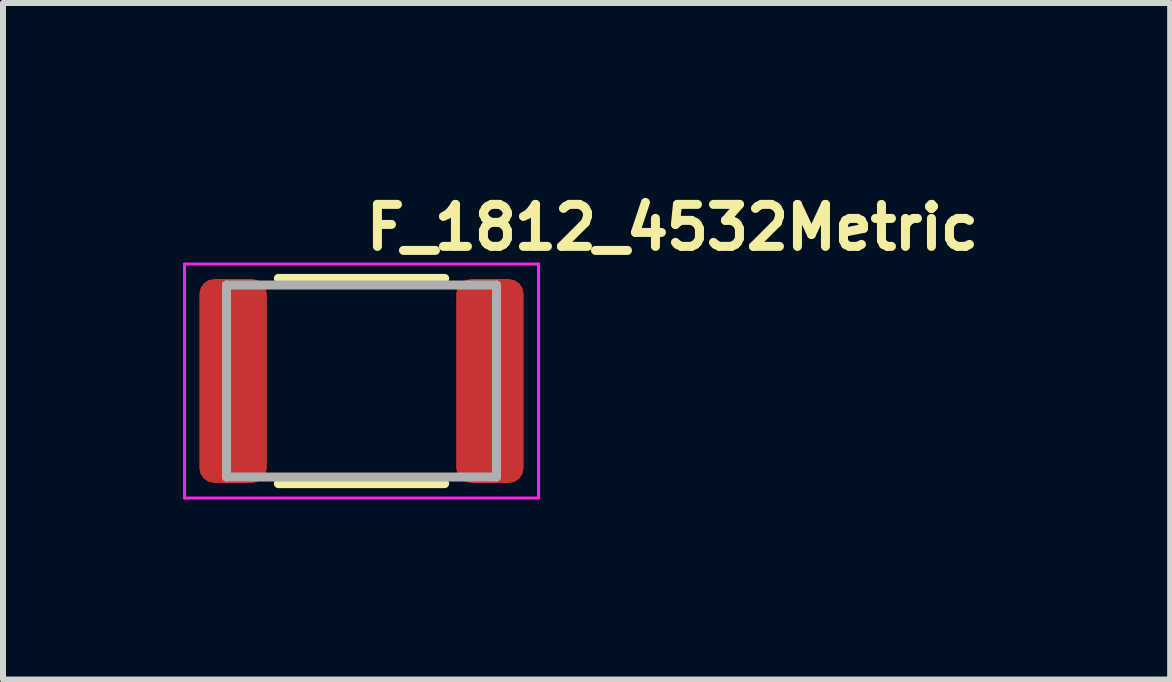
<source format=kicad_pcb>
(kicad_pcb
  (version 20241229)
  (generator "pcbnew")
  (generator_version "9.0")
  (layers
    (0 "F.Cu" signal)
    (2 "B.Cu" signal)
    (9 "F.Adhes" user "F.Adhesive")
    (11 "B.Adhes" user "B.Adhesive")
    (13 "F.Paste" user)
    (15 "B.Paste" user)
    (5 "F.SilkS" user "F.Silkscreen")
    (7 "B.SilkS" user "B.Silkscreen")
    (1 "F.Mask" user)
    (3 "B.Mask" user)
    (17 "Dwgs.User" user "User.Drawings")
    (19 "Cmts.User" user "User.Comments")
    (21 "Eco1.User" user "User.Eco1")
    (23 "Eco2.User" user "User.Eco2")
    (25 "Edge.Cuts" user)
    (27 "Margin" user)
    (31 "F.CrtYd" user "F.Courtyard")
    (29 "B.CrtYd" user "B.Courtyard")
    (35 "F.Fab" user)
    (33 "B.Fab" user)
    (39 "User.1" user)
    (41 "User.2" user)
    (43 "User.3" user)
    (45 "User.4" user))
  (footprint "F_1812_4532Metric"
    (layer "F.Cu")
    (at 2.975 3.3)
    (property "Reference" "F_1812_4532Metric" (at 0 -2.15 0) (layer "F.SilkS") (effects (font (size 0.7 0.7) (thickness 0.15)) (justify left bottom)))
    (attr smd)
    (fp_line (start -1.386 -1.71) (end 1.386 -1.71) (stroke (width 0.15) (type solid)) (layer "F.SilkS"))
    (fp_line (start -1.386 1.71) (end 1.386 1.71) (stroke (width 0.15) (type solid)) (layer "F.SilkS"))
    (fp_line (start -2.95 -1.95) (end 2.95 -1.95) (stroke (width 0.05) (type solid)) (layer "F.CrtYd"))
    (fp_line (start -2.95 1.95) (end -2.95 -1.95) (stroke (width 0.05) (type solid)) (layer "F.CrtYd"))
    (fp_line (start 2.95 -1.95) (end 2.95 1.95) (stroke (width 0.05) (type solid)) (layer "F.CrtYd"))
    (fp_line (start 2.95 1.95) (end -2.95 1.95) (stroke (width 0.05) (type solid)) (layer "F.CrtYd"))
    (fp_line (start -2.25 -1.6) (end 2.25 -1.6) (stroke (width 0.15) (type solid)) (layer "F.Fab"))
    (fp_line (start -2.25 1.6) (end -2.25 -1.6) (stroke (width 0.15) (type solid)) (layer "F.Fab"))
    (fp_line (start 2.25 -1.6) (end 2.25 1.6) (stroke (width 0.15) (type solid)) (layer "F.Fab"))
    (fp_line (start 2.25 1.6) (end -2.25 1.6) (stroke (width 0.15) (type solid)) (layer "F.Fab"))
    (fp_rect (start -2.275 -1.62) (end 2.275 1.62) (stroke (width 0.1) (type solid)) (fill no) (layer "User.5"))
    (fp_line (start -2.275 -1.62) (end -2.275 -0.4) (stroke (width 0.02) (type solid)) (layer "User.9"))
    (fp_line (start -2.275 0.4) (end -2.275 1.62) (stroke (width 0.02) (type solid)) (layer "User.9"))
    (fp_line (start -2.275 0.4) (end -2.248 0.399) (stroke (width 0.02) (type solid)) (layer "User.9"))
    (fp_line (start -2.275 1.62) (end -1.525 1.62) (stroke (width 0.02) (type solid)) (layer "User.9"))
    (fp_line (start -2.262 -0.4) (end -2.275 -0.4) (stroke (width 0.02) (type solid)) (layer "User.9"))
    (fp_line (start -2.248 -0.399) (end -2.262 -0.4) (stroke (width 0.02) (type solid)) (layer "User.9"))
    (fp_line (start -2.248 0.399) (end -2.222 0.396) (stroke (width 0.02) (type solid)) (layer "User.9"))
    (fp_line (start -2.235 -0.398) (end -2.248 -0.399) (stroke (width 0.02) (type solid)) (layer "User.9"))
    (fp_line (start -2.222 -0.396) (end -2.235 -0.398) (stroke (width 0.02) (type solid)) (layer "User.9"))
    (fp_line (start -2.222 0.396) (end -2.196 0.392) (stroke (width 0.02) (type solid)) (layer "User.9"))
    (fp_line (start -2.209 -0.395) (end -2.222 -0.396) (stroke (width 0.02) (type solid)) (layer "User.9"))
    (fp_line (start -2.196 -0.392) (end -2.209 -0.395) (stroke (width 0.02) (type solid)) (layer "User.9"))
    (fp_line (start -2.196 0.392) (end -2.171 0.386) (stroke (width 0.02) (type solid)) (layer "User.9"))
    (fp_line (start -2.183 -0.389) (end -2.196 -0.392) (stroke (width 0.02) (type solid)) (layer "User.9"))
    (fp_line (start -2.171 -0.386) (end -2.183 -0.389) (stroke (width 0.02) (type solid)) (layer "User.9"))
    (fp_line (start -2.171 0.386) (end -2.146 0.379) (stroke (width 0.02) (type solid)) (layer "User.9"))
    (fp_line (start -2.158 -0.383) (end -2.171 -0.386) (stroke (width 0.02) (type solid)) (layer "User.9"))
    (fp_line (start -2.146 -0.379) (end -2.158 -0.383) (stroke (width 0.02) (type solid)) (layer "User.9"))
    (fp_line (start -2.146 0.379) (end -2.121 0.369) (stroke (width 0.02) (type solid)) (layer "User.9"))
    (fp_line (start -2.133 -0.374) (end -2.146 -0.379) (stroke (width 0.02) (type solid)) (layer "User.9"))
    (fp_line (start -2.121 -0.369) (end -2.133 -0.374) (stroke (width 0.02) (type solid)) (layer "User.9"))
    (fp_line (start -2.121 0.369) (end -2.098 0.359) (stroke (width 0.02) (type solid)) (layer "User.9"))
    (fp_line (start -2.11 -0.364) (end -2.121 -0.369) (stroke (width 0.02) (type solid)) (layer "User.9"))
    (fp_line (start -2.098 -0.359) (end -2.11 -0.364) (stroke (width 0.02) (type solid)) (layer "User.9"))
    (fp_line (start -2.098 0.359) (end -2.075 0.346) (stroke (width 0.02) (type solid)) (layer "User.9"))
    (fp_line (start -2.086 -0.353) (end -2.098 -0.359) (stroke (width 0.02) (type solid)) (layer "User.9"))
    (fp_line (start -2.075 -0.346) (end -2.086 -0.353) (stroke (width 0.02) (type solid)) (layer "User.9"))
    (fp_line (start -2.075 0.346) (end -2.053 0.333) (stroke (width 0.02) (type solid)) (layer "User.9"))
    (fp_line (start -2.064 -0.34) (end -2.075 -0.346) (stroke (width 0.02) (type solid)) (layer "User.9"))
    (fp_line (start -2.053 -0.333) (end -2.064 -0.34) (stroke (width 0.02) (type solid)) (layer "User.9"))
    (fp_line (start -2.053 0.333) (end -2.032 0.318) (stroke (width 0.02) (type solid)) (layer "User.9"))
    (fp_line (start -2.042 -0.325) (end -2.053 -0.333) (stroke (width 0.02) (type solid)) (layer "User.9"))
    (fp_line (start -2.032 -0.318) (end -2.042 -0.325) (stroke (width 0.02) (type solid)) (layer "User.9"))
    (fp_line (start -2.032 0.318) (end -2.012 0.301) (stroke (width 0.02) (type solid)) (layer "User.9"))
    (fp_line (start -2.022 -0.31) (end -2.032 -0.318) (stroke (width 0.02) (type solid)) (layer "User.9"))
    (fp_line (start -2.012 -0.301) (end -2.022 -0.31) (stroke (width 0.02) (type solid)) (layer "User.9"))
    (fp_line (start -2.012 0.301) (end -1.993 0.283) (stroke (width 0.02) (type solid)) (layer "User.9"))
    (fp_line (start -2.002 -0.293) (end -2.012 -0.301) (stroke (width 0.02) (type solid)) (layer "User.9"))
    (fp_line (start -1.993 -0.283) (end -2.002 -0.293) (stroke (width 0.02) (type solid)) (layer "User.9"))
    (fp_line (start -1.993 0.283) (end -1.975 0.264) (stroke (width 0.02) (type solid)) (layer "User.9"))
    (fp_line (start -1.984 -0.274) (end -1.993 -0.283) (stroke (width 0.02) (type solid)) (layer "User.9"))
    (fp_line (start -1.975 -0.264) (end -1.984 -0.274) (stroke (width 0.02) (type solid)) (layer "User.9"))
    (fp_line (start -1.975 0.264) (end -1.958 0.244) (stroke (width 0.02) (type solid)) (layer "User.9"))
    (fp_line (start -1.966 -0.254) (end -1.975 -0.264) (stroke (width 0.02) (type solid)) (layer "User.9"))
    (fp_line (start -1.958 -0.244) (end -1.966 -0.254) (stroke (width 0.02) (type solid)) (layer "User.9"))
    (fp_line (start -1.958 0.244) (end -1.943 0.223) (stroke (width 0.02) (type solid)) (layer "User.9"))
    (fp_line (start -1.95 -0.234) (end -1.958 -0.244) (stroke (width 0.02) (type solid)) (layer "User.9"))
    (fp_line (start -1.943 -0.223) (end -1.95 -0.234) (stroke (width 0.02) (type solid)) (layer "User.9"))
    (fp_line (start -1.943 0.223) (end -1.929 0.2) (stroke (width 0.02) (type solid)) (layer "User.9"))
    (fp_line (start -1.935 -0.211) (end -1.943 -0.223) (stroke (width 0.02) (type solid)) (layer "User.9"))
    (fp_line (start -1.929 -0.2) (end -1.935 -0.211) (stroke (width 0.02) (type solid)) (layer "User.9"))
    (fp_line (start -1.929 -0.2) (end -1.929 -0.2) (stroke (width 0.02) (type solid)) (layer "User.9"))
    (fp_line (start -1.929 0.2) (end -1.929 0.2) (stroke (width 0.02) (type solid)) (layer "User.9"))
    (fp_line (start -1.929 0.2) (end -1.916 0.176) (stroke (width 0.02) (type solid)) (layer "User.9"))
    (fp_line (start -1.916 -0.176) (end -1.929 -0.2) (stroke (width 0.02) (type solid)) (layer "User.9"))
    (fp_line (start -1.916 0.176) (end -1.905 0.152) (stroke (width 0.02) (type solid)) (layer "User.9"))
    (fp_line (start -1.905 -0.152) (end -1.916 -0.176) (stroke (width 0.02) (type solid)) (layer "User.9"))
    (fp_line (start -1.905 0.152) (end -1.896 0.128) (stroke (width 0.02) (type solid)) (layer "User.9"))
    (fp_line (start -1.896 -0.128) (end -1.905 -0.152) (stroke (width 0.02) (type solid)) (layer "User.9"))
    (fp_line (start -1.896 0.128) (end -1.888 0.103) (stroke (width 0.02) (type solid)) (layer "User.9"))
    (fp_line (start -1.888 -0.103) (end -1.896 -0.128) (stroke (width 0.02) (type solid)) (layer "User.9"))
    (fp_line (start -1.888 0.103) (end -1.883 0.077) (stroke (width 0.02) (type solid)) (layer "User.9"))
    (fp_line (start -1.883 -0.077) (end -1.888 -0.103) (stroke (width 0.02) (type solid)) (layer "User.9"))
    (fp_line (start -1.883 0.077) (end -1.878 0.052) (stroke (width 0.02) (type solid)) (layer "User.9"))
    (fp_line (start -1.878 -0.052) (end -1.883 -0.077) (stroke (width 0.02) (type solid)) (layer "User.9"))
    (fp_line (start -1.878 0.052) (end -1.876 0.026) (stroke (width 0.02) (type solid)) (layer "User.9"))
    (fp_line (start -1.876 -0.026) (end -1.878 -0.052) (stroke (width 0.02) (type solid)) (layer "User.9"))
    (fp_line (start -1.876 0.026) (end -1.875 0) (stroke (width 0.02) (type solid)) (layer "User.9"))
    (fp_line (start -1.875 0) (end -1.876 -0.026) (stroke (width 0.02) (type solid)) (layer "User.9"))
    (fp_line (start -1.525 -1.62) (end -2.275 -1.62) (stroke (width 0.02) (type solid)) (layer "User.9"))
    (fp_line (start -1.525 -1.62) (end -1.525 1.62) (stroke (width 0.02) (type solid)) (layer "User.9"))
    (fp_line (start -1.525 -1.62) (end 1.525 -1.62) (stroke (width 0.02) (type solid)) (layer "User.9"))
    (fp_line (start -1.525 1.62) (end -1.525 -1.62) (stroke (width 0.02) (type solid)) (layer "User.9"))
    (fp_line (start -1.525 1.62) (end 1.525 1.62) (stroke (width 0.02) (type solid)) (layer "User.9"))
    (fp_line (start 1.525 -1.62) (end 1.525 1.62) (stroke (width 0.02) (type solid)) (layer "User.9"))
    (fp_line (start 1.525 -1.62) (end 1.525 1.62) (stroke (width 0.02) (type solid)) (layer "User.9"))
    (fp_line (start 1.525 1.62) (end 2.275 1.62) (stroke (width 0.02) (type solid)) (layer "User.9"))
    (fp_line (start 1.875 0) (end 1.876 0.026) (stroke (width 0.02) (type solid)) (layer "User.9"))
    (fp_line (start 1.876 -0.026) (end 1.875 0) (stroke (width 0.02) (type solid)) (layer "User.9"))
    (fp_line (start 1.876 0.026) (end 1.878 0.052) (stroke (width 0.02) (type solid)) (layer "User.9"))
    (fp_line (start 1.878 -0.052) (end 1.876 -0.026) (stroke (width 0.02) (type solid)) (layer "User.9"))
    (fp_line (start 1.878 0.052) (end 1.883 0.077) (stroke (width 0.02) (type solid)) (layer "User.9"))
    (fp_line (start 1.883 -0.077) (end 1.878 -0.052) (stroke (width 0.02) (type solid)) (layer "User.9"))
    (fp_line (start 1.883 0.077) (end 1.888 0.103) (stroke (width 0.02) (type solid)) (layer "User.9"))
    (fp_line (start 1.888 -0.103) (end 1.883 -0.077) (stroke (width 0.02) (type solid)) (layer "User.9"))
    (fp_line (start 1.888 0.103) (end 1.896 0.128) (stroke (width 0.02) (type solid)) (layer "User.9"))
    (fp_line (start 1.896 -0.128) (end 1.888 -0.103) (stroke (width 0.02) (type solid)) (layer "User.9"))
    (fp_line (start 1.896 0.128) (end 1.905 0.152) (stroke (width 0.02) (type solid)) (layer "User.9"))
    (fp_line (start 1.905 -0.152) (end 1.896 -0.128) (stroke (width 0.02) (type solid)) (layer "User.9"))
    (fp_line (start 1.905 0.152) (end 1.916 0.176) (stroke (width 0.02) (type solid)) (layer "User.9"))
    (fp_line (start 1.916 -0.176) (end 1.905 -0.152) (stroke (width 0.02) (type solid)) (layer "User.9"))
    (fp_line (start 1.916 0.176) (end 1.929 0.2) (stroke (width 0.02) (type solid)) (layer "User.9"))
    (fp_line (start 1.929 -0.2) (end 1.916 -0.176) (stroke (width 0.02) (type solid)) (layer "User.9"))
    (fp_line (start 1.929 -0.2) (end 1.929 -0.2) (stroke (width 0.02) (type solid)) (layer "User.9"))
    (fp_line (start 1.929 0.2) (end 1.929 0.2) (stroke (width 0.02) (type solid)) (layer "User.9"))
    (fp_line (start 1.929 0.2) (end 1.935 0.211) (stroke (width 0.02) (type solid)) (layer "User.9"))
    (fp_line (start 1.935 0.211) (end 1.943 0.223) (stroke (width 0.02) (type solid)) (layer "User.9"))
    (fp_line (start 1.943 -0.223) (end 1.929 -0.2) (stroke (width 0.02) (type solid)) (layer "User.9"))
    (fp_line (start 1.943 0.223) (end 1.95 0.234) (stroke (width 0.02) (type solid)) (layer "User.9"))
    (fp_line (start 1.95 0.234) (end 1.958 0.244) (stroke (width 0.02) (type solid)) (layer "User.9"))
    (fp_line (start 1.958 -0.244) (end 1.943 -0.223) (stroke (width 0.02) (type solid)) (layer "User.9"))
    (fp_line (start 1.958 0.244) (end 1.966 0.254) (stroke (width 0.02) (type solid)) (layer "User.9"))
    (fp_line (start 1.966 0.254) (end 1.975 0.264) (stroke (width 0.02) (type solid)) (layer "User.9"))
    (fp_line (start 1.975 -0.264) (end 1.958 -0.244) (stroke (width 0.02) (type solid)) (layer "User.9"))
    (fp_line (start 1.975 0.264) (end 1.984 0.274) (stroke (width 0.02) (type solid)) (layer "User.9"))
    (fp_line (start 1.984 0.274) (end 1.993 0.283) (stroke (width 0.02) (type solid)) (layer "User.9"))
    (fp_line (start 1.993 -0.283) (end 1.975 -0.264) (stroke (width 0.02) (type solid)) (layer "User.9"))
    (fp_line (start 1.993 0.283) (end 2.002 0.293) (stroke (width 0.02) (type solid)) (layer "User.9"))
    (fp_line (start 2.002 0.293) (end 2.012 0.301) (stroke (width 0.02) (type solid)) (layer "User.9"))
    (fp_line (start 2.012 -0.301) (end 1.993 -0.283) (stroke (width 0.02) (type solid)) (layer "User.9"))
    (fp_line (start 2.012 0.301) (end 2.022 0.31) (stroke (width 0.02) (type solid)) (layer "User.9"))
    (fp_line (start 2.022 0.31) (end 2.032 0.318) (stroke (width 0.02) (type solid)) (layer "User.9"))
    (fp_line (start 2.032 -0.318) (end 2.012 -0.301) (stroke (width 0.02) (type solid)) (layer "User.9"))
    (fp_line (start 2.032 0.318) (end 2.042 0.325) (stroke (width 0.02) (type solid)) (layer "User.9"))
    (fp_line (start 2.042 0.325) (end 2.053 0.333) (stroke (width 0.02) (type solid)) (layer "User.9"))
    (fp_line (start 2.053 -0.333) (end 2.032 -0.318) (stroke (width 0.02) (type solid)) (layer "User.9"))
    (fp_line (start 2.053 0.333) (end 2.064 0.34) (stroke (width 0.02) (type solid)) (layer "User.9"))
    (fp_line (start 2.064 0.34) (end 2.075 0.346) (stroke (width 0.02) (type solid)) (layer "User.9"))
    (fp_line (start 2.075 -0.346) (end 2.053 -0.333) (stroke (width 0.02) (type solid)) (layer "User.9"))
    (fp_line (start 2.075 0.346) (end 2.086 0.353) (stroke (width 0.02) (type solid)) (layer "User.9"))
    (fp_line (start 2.086 0.353) (end 2.098 0.359) (stroke (width 0.02) (type solid)) (layer "User.9"))
    (fp_line (start 2.098 -0.359) (end 2.075 -0.346) (stroke (width 0.02) (type solid)) (layer "User.9"))
    (fp_line (start 2.098 0.359) (end 2.11 0.364) (stroke (width 0.02) (type solid)) (layer "User.9"))
    (fp_line (start 2.11 0.364) (end 2.121 0.369) (stroke (width 0.02) (type solid)) (layer "User.9"))
    (fp_line (start 2.121 -0.369) (end 2.098 -0.359) (stroke (width 0.02) (type solid)) (layer "User.9"))
    (fp_line (start 2.121 0.369) (end 2.133 0.374) (stroke (width 0.02) (type solid)) (layer "User.9"))
    (fp_line (start 2.133 0.374) (end 2.146 0.379) (stroke (width 0.02) (type solid)) (layer "User.9"))
    (fp_line (start 2.146 -0.379) (end 2.121 -0.369) (stroke (width 0.02) (type solid)) (layer "User.9"))
    (fp_line (start 2.146 0.379) (end 2.158 0.383) (stroke (width 0.02) (type solid)) (layer "User.9"))
    (fp_line (start 2.158 0.383) (end 2.171 0.386) (stroke (width 0.02) (type solid)) (layer "User.9"))
    (fp_line (start 2.171 -0.386) (end 2.146 -0.379) (stroke (width 0.02) (type solid)) (layer "User.9"))
    (fp_line (start 2.171 0.386) (end 2.183 0.389) (stroke (width 0.02) (type solid)) (layer "User.9"))
    (fp_line (start 2.183 0.389) (end 2.196 0.392) (stroke (width 0.02) (type solid)) (layer "User.9"))
    (fp_line (start 2.196 -0.392) (end 2.171 -0.386) (stroke (width 0.02) (type solid)) (layer "User.9"))
    (fp_line (start 2.196 0.392) (end 2.209 0.395) (stroke (width 0.02) (type solid)) (layer "User.9"))
    (fp_line (start 2.209 0.395) (end 2.222 0.396) (stroke (width 0.02) (type solid)) (layer "User.9"))
    (fp_line (start 2.222 -0.396) (end 2.196 -0.392) (stroke (width 0.02) (type solid)) (layer "User.9"))
    (fp_line (start 2.222 0.396) (end 2.235 0.398) (stroke (width 0.02) (type solid)) (layer "User.9"))
    (fp_line (start 2.235 0.398) (end 2.248 0.399) (stroke (width 0.02) (type solid)) (layer "User.9"))
    (fp_line (start 2.248 -0.399) (end 2.222 -0.396) (stroke (width 0.02) (type solid)) (layer "User.9"))
    (fp_line (start 2.248 0.399) (end 2.262 0.4) (stroke (width 0.02) (type solid)) (layer "User.9"))
    (fp_line (start 2.262 0.4) (end 2.275 0.4) (stroke (width 0.02) (type solid)) (layer "User.9"))
    (fp_line (start 2.275 -1.62) (end 1.525 -1.62) (stroke (width 0.02) (type solid)) (layer "User.9"))
    (fp_line (start 2.275 -0.4) (end 2.248 -0.399) (stroke (width 0.02) (type solid)) (layer "User.9"))
    (fp_line (start 2.275 -0.4) (end 2.275 -1.62) (stroke (width 0.02) (type solid)) (layer "User.9"))
    (fp_line (start 2.275 1.62) (end 2.275 0.4) (stroke (width 0.02) (type solid)) (layer "User.9"))
    (pad "1" smd roundrect (at -2.14 0) (size 1.125 3.4) (layers "F.Cu" "F.Mask" "F.Paste") (roundrect_rratio 0.222))
    (pad "2" smd roundrect (at 2.14 0) (size 1.125 3.4) (layers "F.Cu" "F.Mask" "F.Paste") (roundrect_rratio 0.222)))
  (gr_rect
    (start -3 -3)
    (end 16.452 8.275)
    (stroke (width 0.1) (type default))
    (fill no)
    (layer "Edge.Cuts")))
</source>
